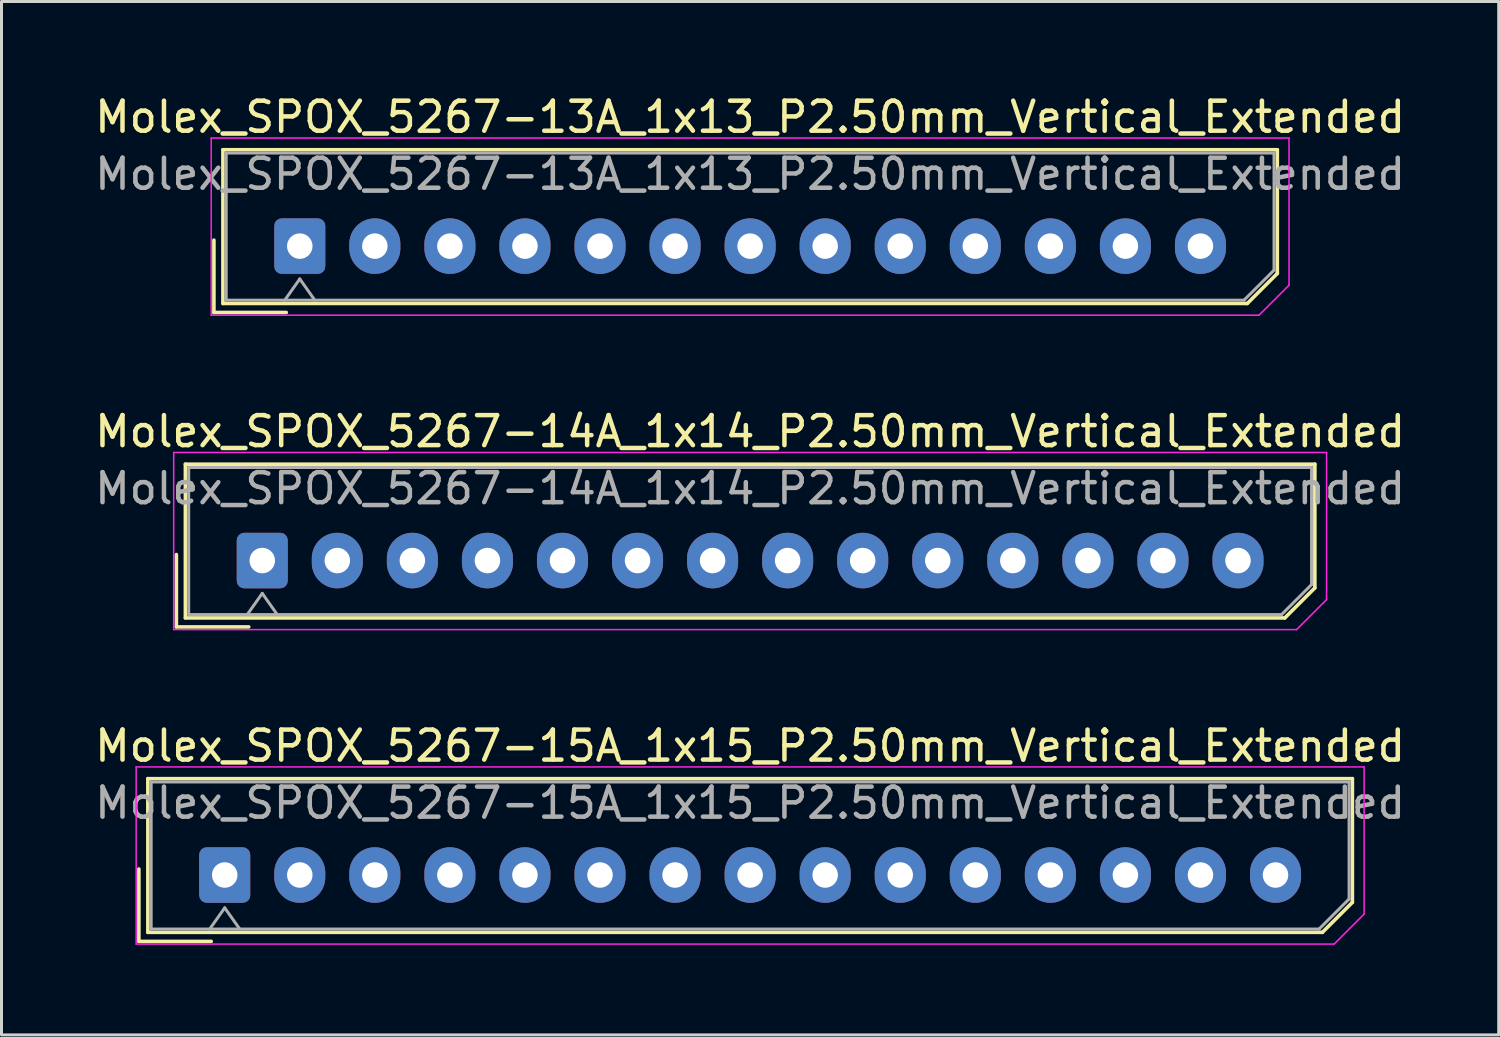
<source format=kicad_pcb>
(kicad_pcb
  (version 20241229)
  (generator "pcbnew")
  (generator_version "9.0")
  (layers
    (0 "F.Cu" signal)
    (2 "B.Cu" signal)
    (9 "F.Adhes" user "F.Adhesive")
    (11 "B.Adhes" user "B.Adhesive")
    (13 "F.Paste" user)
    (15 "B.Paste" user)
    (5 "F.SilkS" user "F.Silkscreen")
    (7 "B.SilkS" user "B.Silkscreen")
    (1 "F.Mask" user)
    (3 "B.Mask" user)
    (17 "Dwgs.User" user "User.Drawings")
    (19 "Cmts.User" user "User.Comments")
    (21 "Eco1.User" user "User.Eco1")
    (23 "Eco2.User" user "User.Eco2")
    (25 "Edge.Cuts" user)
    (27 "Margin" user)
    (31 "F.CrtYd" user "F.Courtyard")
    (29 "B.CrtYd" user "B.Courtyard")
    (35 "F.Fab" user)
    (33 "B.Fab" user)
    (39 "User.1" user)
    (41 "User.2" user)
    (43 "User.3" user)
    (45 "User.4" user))
  (footprint "Molex_SPOX_5267-13A_1x13_P2.50mm_Vertical_Extended"
    (layer "F.Cu")
    (at 6.935 5.148)
    (property "Reference" "Molex_SPOX_5267-13A_1x13_P2.50mm_Vertical_Extended" (at 15 -4.3 0) (layer "F.SilkS") (effects (font (size 1 1) (thickness 0.15))))
    (attr through_hole)
    (fp_line (start -2.86 -0.2) (end -2.86 2.21) (stroke (width 0.12) (type solid)) (layer "F.SilkS"))
    (fp_line (start -2.86 2.21) (end -0.45 2.21) (stroke (width 0.12) (type solid)) (layer "F.SilkS"))
    (fp_line (start -2.56 -3.21) (end -2.56 1.91) (stroke (width 0.12) (type solid)) (layer "F.SilkS"))
    (fp_line (start -2.56 1.91) (end 31.56 1.91) (stroke (width 0.12) (type solid)) (layer "F.SilkS"))
    (fp_line (start 31.56 1.91) (end 32.56 0.91) (stroke (width 0.12) (type solid)) (layer "F.SilkS"))
    (fp_line (start 32.56 -3.21) (end -2.56 -3.21) (stroke (width 0.12) (type solid)) (layer "F.SilkS"))
    (fp_line (start 32.56 0.91) (end 32.56 -3.21) (stroke (width 0.12) (type solid)) (layer "F.SilkS"))
    (fp_line (start -2.95 -3.6) (end -2.95 2.3) (stroke (width 0.05) (type solid)) (layer "F.CrtYd"))
    (fp_line (start -2.95 2.3) (end 31.95 2.3) (stroke (width 0.05) (type solid)) (layer "F.CrtYd"))
    (fp_line (start 31.95 2.3) (end 32.95 1.3) (stroke (width 0.05) (type solid)) (layer "F.CrtYd"))
    (fp_line (start 32.95 -3.6) (end -2.95 -3.6) (stroke (width 0.05) (type solid)) (layer "F.CrtYd"))
    (fp_line (start 32.95 1.3) (end 32.95 -3.6) (stroke (width 0.05) (type solid)) (layer "F.CrtYd"))
    (fp_line (start -2.45 -3.1) (end -2.45 1.8) (stroke (width 0.1) (type solid)) (layer "F.Fab"))
    (fp_line (start -2.45 1.8) (end 31.45 1.8) (stroke (width 0.1) (type solid)) (layer "F.Fab"))
    (fp_line (start -0.5 1.8) (end 0 1.093) (stroke (width 0.1) (type solid)) (layer "F.Fab"))
    (fp_line (start 0 1.093) (end 0.5 1.8) (stroke (width 0.1) (type solid)) (layer "F.Fab"))
    (fp_line (start 31.45 1.8) (end 32.45 0.8) (stroke (width 0.1) (type solid)) (layer "F.Fab"))
    (fp_line (start 32.45 -3.1) (end -2.45 -3.1) (stroke (width 0.1) (type solid)) (layer "F.Fab"))
    (fp_line (start 32.45 0.8) (end 32.45 -3.1) (stroke (width 0.1) (type solid)) (layer "F.Fab"))
    (fp_text user "${REFERENCE}" (at 15 -2.4 0) (layer "F.Fab") (effects (font (size 1 1) (thickness 0.15))))
    (pad "1" thru_hole roundrect (at 0 0) (size 1.7 1.85) (drill 0.85) (layers "*.Cu" "*.Mask") (roundrect_rratio 0.147))
    (pad "2" thru_hole oval (at 2.5 0) (size 1.7 1.85) (drill 0.85) (layers "*.Cu" "*.Mask"))
    (pad "3" thru_hole oval (at 5 0) (size 1.7 1.85) (drill 0.85) (layers "*.Cu" "*.Mask"))
    (pad "4" thru_hole oval (at 7.5 0) (size 1.7 1.85) (drill 0.85) (layers "*.Cu" "*.Mask"))
    (pad "5" thru_hole oval (at 10 0) (size 1.7 1.85) (drill 0.85) (layers "*.Cu" "*.Mask"))
    (pad "6" thru_hole oval (at 12.5 0) (size 1.7 1.85) (drill 0.85) (layers "*.Cu" "*.Mask"))
    (pad "7" thru_hole oval (at 15 0) (size 1.7 1.85) (drill 0.85) (layers "*.Cu" "*.Mask"))
    (pad "8" thru_hole oval (at 17.5 0) (size 1.7 1.85) (drill 0.85) (layers "*.Cu" "*.Mask"))
    (pad "9" thru_hole oval (at 20 0) (size 1.7 1.85) (drill 0.85) (layers "*.Cu" "*.Mask"))
    (pad "10" thru_hole oval (at 22.5 0) (size 1.7 1.85) (drill 0.85) (layers "*.Cu" "*.Mask"))
    (pad "11" thru_hole oval (at 25 0) (size 1.7 1.85) (drill 0.85) (layers "*.Cu" "*.Mask"))
    (pad "12" thru_hole oval (at 27.5 0) (size 1.7 1.85) (drill 0.85) (layers "*.Cu" "*.Mask"))
    (pad "13" thru_hole oval (at 30 0) (size 1.7 1.85) (drill 0.85) (layers "*.Cu" "*.Mask")))
  (footprint "Molex_SPOX_5267-14A_1x14_P2.50mm_Vertical_Extended"
    (layer "F.Cu")
    (at 5.685 15.621)
    (property "Reference" "Molex_SPOX_5267-14A_1x14_P2.50mm_Vertical_Extended" (at 16.25 -4.3 0) (layer "F.SilkS") (effects (font (size 1 1) (thickness 0.15))))
    (attr through_hole)
    (fp_line (start -2.86 -0.2) (end -2.86 2.21) (stroke (width 0.12) (type solid)) (layer "F.SilkS"))
    (fp_line (start -2.86 2.21) (end -0.45 2.21) (stroke (width 0.12) (type solid)) (layer "F.SilkS"))
    (fp_line (start -2.56 -3.21) (end -2.56 1.91) (stroke (width 0.12) (type solid)) (layer "F.SilkS"))
    (fp_line (start -2.56 1.91) (end 34.06 1.91) (stroke (width 0.12) (type solid)) (layer "F.SilkS"))
    (fp_line (start 34.06 1.91) (end 35.06 0.91) (stroke (width 0.12) (type solid)) (layer "F.SilkS"))
    (fp_line (start 35.06 -3.21) (end -2.56 -3.21) (stroke (width 0.12) (type solid)) (layer "F.SilkS"))
    (fp_line (start 35.06 0.91) (end 35.06 -3.21) (stroke (width 0.12) (type solid)) (layer "F.SilkS"))
    (fp_line (start -2.95 -3.6) (end -2.95 2.3) (stroke (width 0.05) (type solid)) (layer "F.CrtYd"))
    (fp_line (start -2.95 2.3) (end 34.45 2.3) (stroke (width 0.05) (type solid)) (layer "F.CrtYd"))
    (fp_line (start 34.45 2.3) (end 35.45 1.3) (stroke (width 0.05) (type solid)) (layer "F.CrtYd"))
    (fp_line (start 35.45 -3.6) (end -2.95 -3.6) (stroke (width 0.05) (type solid)) (layer "F.CrtYd"))
    (fp_line (start 35.45 1.3) (end 35.45 -3.6) (stroke (width 0.05) (type solid)) (layer "F.CrtYd"))
    (fp_line (start -2.45 -3.1) (end -2.45 1.8) (stroke (width 0.1) (type solid)) (layer "F.Fab"))
    (fp_line (start -2.45 1.8) (end 33.95 1.8) (stroke (width 0.1) (type solid)) (layer "F.Fab"))
    (fp_line (start -0.5 1.8) (end 0 1.093) (stroke (width 0.1) (type solid)) (layer "F.Fab"))
    (fp_line (start 0 1.093) (end 0.5 1.8) (stroke (width 0.1) (type solid)) (layer "F.Fab"))
    (fp_line (start 33.95 1.8) (end 34.95 0.8) (stroke (width 0.1) (type solid)) (layer "F.Fab"))
    (fp_line (start 34.95 -3.1) (end -2.45 -3.1) (stroke (width 0.1) (type solid)) (layer "F.Fab"))
    (fp_line (start 34.95 0.8) (end 34.95 -3.1) (stroke (width 0.1) (type solid)) (layer "F.Fab"))
    (fp_text user "${REFERENCE}" (at 16.25 -2.4 0) (layer "F.Fab") (effects (font (size 1 1) (thickness 0.15))))
    (pad "1" thru_hole roundrect (at 0 0) (size 1.7 1.85) (drill 0.85) (layers "*.Cu" "*.Mask") (roundrect_rratio 0.147))
    (pad "2" thru_hole oval (at 2.5 0) (size 1.7 1.85) (drill 0.85) (layers "*.Cu" "*.Mask"))
    (pad "3" thru_hole oval (at 5 0) (size 1.7 1.85) (drill 0.85) (layers "*.Cu" "*.Mask"))
    (pad "4" thru_hole oval (at 7.5 0) (size 1.7 1.85) (drill 0.85) (layers "*.Cu" "*.Mask"))
    (pad "5" thru_hole oval (at 10 0) (size 1.7 1.85) (drill 0.85) (layers "*.Cu" "*.Mask"))
    (pad "6" thru_hole oval (at 12.5 0) (size 1.7 1.85) (drill 0.85) (layers "*.Cu" "*.Mask"))
    (pad "7" thru_hole oval (at 15 0) (size 1.7 1.85) (drill 0.85) (layers "*.Cu" "*.Mask"))
    (pad "8" thru_hole oval (at 17.5 0) (size 1.7 1.85) (drill 0.85) (layers "*.Cu" "*.Mask"))
    (pad "9" thru_hole oval (at 20 0) (size 1.7 1.85) (drill 0.85) (layers "*.Cu" "*.Mask"))
    (pad "10" thru_hole oval (at 22.5 0) (size 1.7 1.85) (drill 0.85) (layers "*.Cu" "*.Mask"))
    (pad "11" thru_hole oval (at 25 0) (size 1.7 1.85) (drill 0.85) (layers "*.Cu" "*.Mask"))
    (pad "12" thru_hole oval (at 27.5 0) (size 1.7 1.85) (drill 0.85) (layers "*.Cu" "*.Mask"))
    (pad "13" thru_hole oval (at 30 0) (size 1.7 1.85) (drill 0.85) (layers "*.Cu" "*.Mask"))
    (pad "14" thru_hole oval (at 32.5 0) (size 1.7 1.85) (drill 0.85) (layers "*.Cu" "*.Mask")))
  (footprint "Molex_SPOX_5267-15A_1x15_P2.50mm_Vertical_Extended"
    (layer "F.Cu")
    (at 4.435 26.095)
    (property "Reference" "Molex_SPOX_5267-15A_1x15_P2.50mm_Vertical_Extended" (at 17.5 -4.3 0) (layer "F.SilkS") (effects (font (size 1 1) (thickness 0.15))))
    (attr through_hole)
    (fp_line (start -2.86 -0.2) (end -2.86 2.21) (stroke (width 0.12) (type solid)) (layer "F.SilkS"))
    (fp_line (start -2.86 2.21) (end -0.45 2.21) (stroke (width 0.12) (type solid)) (layer "F.SilkS"))
    (fp_line (start -2.56 -3.21) (end -2.56 1.91) (stroke (width 0.12) (type solid)) (layer "F.SilkS"))
    (fp_line (start -2.56 1.91) (end 36.56 1.91) (stroke (width 0.12) (type solid)) (layer "F.SilkS"))
    (fp_line (start 36.56 1.91) (end 37.56 0.91) (stroke (width 0.12) (type solid)) (layer "F.SilkS"))
    (fp_line (start 37.56 -3.21) (end -2.56 -3.21) (stroke (width 0.12) (type solid)) (layer "F.SilkS"))
    (fp_line (start 37.56 0.91) (end 37.56 -3.21) (stroke (width 0.12) (type solid)) (layer "F.SilkS"))
    (fp_line (start -2.95 -3.6) (end -2.95 2.3) (stroke (width 0.05) (type solid)) (layer "F.CrtYd"))
    (fp_line (start -2.95 2.3) (end 36.95 2.3) (stroke (width 0.05) (type solid)) (layer "F.CrtYd"))
    (fp_line (start 36.95 2.3) (end 37.95 1.3) (stroke (width 0.05) (type solid)) (layer "F.CrtYd"))
    (fp_line (start 37.95 -3.6) (end -2.95 -3.6) (stroke (width 0.05) (type solid)) (layer "F.CrtYd"))
    (fp_line (start 37.95 1.3) (end 37.95 -3.6) (stroke (width 0.05) (type solid)) (layer "F.CrtYd"))
    (fp_line (start -2.45 -3.1) (end -2.45 1.8) (stroke (width 0.1) (type solid)) (layer "F.Fab"))
    (fp_line (start -2.45 1.8) (end 36.45 1.8) (stroke (width 0.1) (type solid)) (layer "F.Fab"))
    (fp_line (start -0.5 1.8) (end 0 1.093) (stroke (width 0.1) (type solid)) (layer "F.Fab"))
    (fp_line (start 0 1.093) (end 0.5 1.8) (stroke (width 0.1) (type solid)) (layer "F.Fab"))
    (fp_line (start 36.45 1.8) (end 37.45 0.8) (stroke (width 0.1) (type solid)) (layer "F.Fab"))
    (fp_line (start 37.45 -3.1) (end -2.45 -3.1) (stroke (width 0.1) (type solid)) (layer "F.Fab"))
    (fp_line (start 37.45 0.8) (end 37.45 -3.1) (stroke (width 0.1) (type solid)) (layer "F.Fab"))
    (fp_text user "${REFERENCE}" (at 17.5 -2.4 0) (layer "F.Fab") (effects (font (size 1 1) (thickness 0.15))))
    (pad "1" thru_hole roundrect (at 0 0) (size 1.7 1.85) (drill 0.85) (layers "*.Cu" "*.Mask") (roundrect_rratio 0.147))
    (pad "2" thru_hole oval (at 2.5 0) (size 1.7 1.85) (drill 0.85) (layers "*.Cu" "*.Mask"))
    (pad "3" thru_hole oval (at 5 0) (size 1.7 1.85) (drill 0.85) (layers "*.Cu" "*.Mask"))
    (pad "4" thru_hole oval (at 7.5 0) (size 1.7 1.85) (drill 0.85) (layers "*.Cu" "*.Mask"))
    (pad "5" thru_hole oval (at 10 0) (size 1.7 1.85) (drill 0.85) (layers "*.Cu" "*.Mask"))
    (pad "6" thru_hole oval (at 12.5 0) (size 1.7 1.85) (drill 0.85) (layers "*.Cu" "*.Mask"))
    (pad "7" thru_hole oval (at 15 0) (size 1.7 1.85) (drill 0.85) (layers "*.Cu" "*.Mask"))
    (pad "8" thru_hole oval (at 17.5 0) (size 1.7 1.85) (drill 0.85) (layers "*.Cu" "*.Mask"))
    (pad "9" thru_hole oval (at 20 0) (size 1.7 1.85) (drill 0.85) (layers "*.Cu" "*.Mask"))
    (pad "10" thru_hole oval (at 22.5 0) (size 1.7 1.85) (drill 0.85) (layers "*.Cu" "*.Mask"))
    (pad "11" thru_hole oval (at 25 0) (size 1.7 1.85) (drill 0.85) (layers "*.Cu" "*.Mask"))
    (pad "12" thru_hole oval (at 27.5 0) (size 1.7 1.85) (drill 0.85) (layers "*.Cu" "*.Mask"))
    (pad "13" thru_hole oval (at 30 0) (size 1.7 1.85) (drill 0.85) (layers "*.Cu" "*.Mask"))
    (pad "14" thru_hole oval (at 32.5 0) (size 1.7 1.85) (drill 0.85) (layers "*.Cu" "*.Mask"))
    (pad "15" thru_hole oval (at 35 0) (size 1.7 1.85) (drill 0.85) (layers "*.Cu" "*.Mask")))
  (gr_rect
    (start -3 -3)
    (end 46.869 31.42)
    (stroke (width 0.1) (type default))
    (fill no)
    (layer "Edge.Cuts")))
</source>
